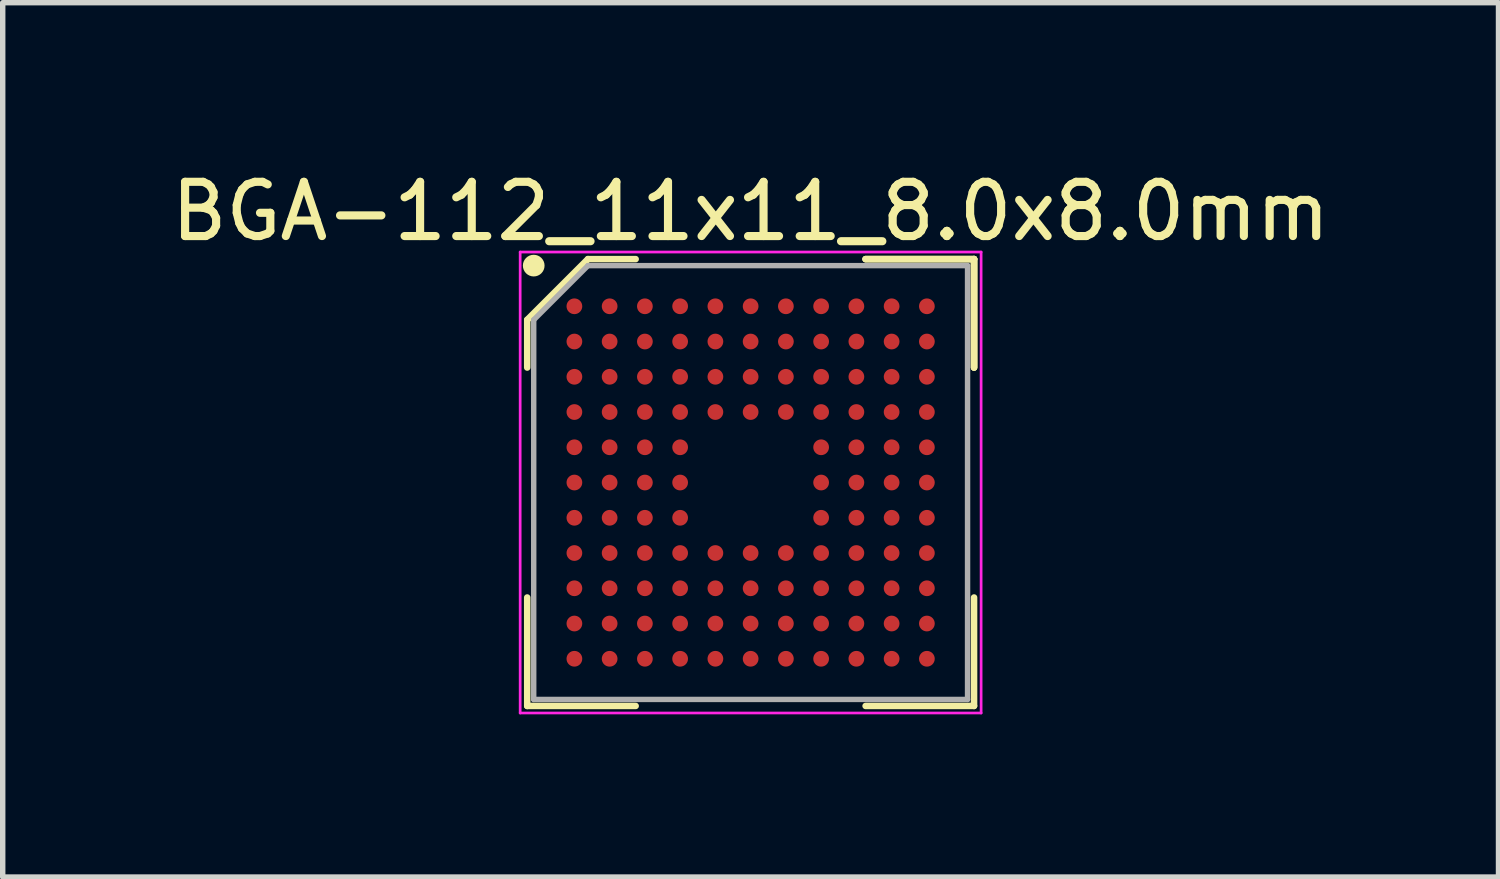
<source format=kicad_pcb>
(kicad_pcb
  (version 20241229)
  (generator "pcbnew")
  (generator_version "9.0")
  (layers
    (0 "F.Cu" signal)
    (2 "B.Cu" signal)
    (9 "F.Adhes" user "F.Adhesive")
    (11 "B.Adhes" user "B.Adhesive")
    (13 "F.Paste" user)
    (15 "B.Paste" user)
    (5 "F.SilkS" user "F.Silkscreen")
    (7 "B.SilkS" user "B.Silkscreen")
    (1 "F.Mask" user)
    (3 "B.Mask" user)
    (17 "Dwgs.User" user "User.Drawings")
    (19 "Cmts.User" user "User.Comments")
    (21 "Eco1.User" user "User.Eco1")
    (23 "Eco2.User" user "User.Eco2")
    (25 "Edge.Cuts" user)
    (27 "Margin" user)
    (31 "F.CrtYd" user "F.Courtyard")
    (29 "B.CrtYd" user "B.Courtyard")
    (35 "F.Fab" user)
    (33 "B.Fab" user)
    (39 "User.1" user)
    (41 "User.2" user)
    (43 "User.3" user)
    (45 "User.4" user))
  (footprint "BGA-112_11x11_8.0x8.0mm"
    (layer "F.Cu")
    (at 10.792 5.848)
    (property "Reference" "BGA-112_11x11_8.0x8.0mm" (at 0 -5 0) (layer "F.SilkS") (effects (font (size 1 1) (thickness 0.15))))
    (attr smd)
    (fp_line (start -4.12 -3) (end -4.12 -2.12) (stroke (width 0.12) (type solid)) (layer "F.SilkS"))
    (fp_line (start -4.12 4.12) (end -4.12 2.12) (stroke (width 0.12) (type solid)) (layer "F.SilkS"))
    (fp_line (start -3 -4.12) (end -4.12 -3) (stroke (width 0.12) (type solid)) (layer "F.SilkS"))
    (fp_line (start -2.12 -4.12) (end -3 -4.12) (stroke (width 0.12) (type solid)) (layer "F.SilkS"))
    (fp_line (start -2.12 4.12) (end -4.12 4.12) (stroke (width 0.12) (type solid)) (layer "F.SilkS"))
    (fp_line (start 2.12 -4.12) (end 4.12 -4.12) (stroke (width 0.12) (type solid)) (layer "F.SilkS"))
    (fp_line (start 2.12 -4.12) (end 4.12 -4.12) (stroke (width 0.12) (type solid)) (layer "F.SilkS"))
    (fp_line (start 2.12 -4.12) (end 4.12 -4.12) (stroke (width 0.12) (type solid)) (layer "F.SilkS"))
    (fp_line (start 2.12 4.12) (end 4.12 4.12) (stroke (width 0.12) (type solid)) (layer "F.SilkS"))
    (fp_line (start 4.12 -4.12) (end 4.12 -2.12) (stroke (width 0.12) (type solid)) (layer "F.SilkS"))
    (fp_line (start 4.12 -4.12) (end 4.12 -2.12) (stroke (width 0.12) (type solid)) (layer "F.SilkS"))
    (fp_line (start 4.12 -4.12) (end 4.12 -2.12) (stroke (width 0.12) (type solid)) (layer "F.SilkS"))
    (fp_line (start 4.12 4.12) (end 4.12 2.12) (stroke (width 0.12) (type solid)) (layer "F.SilkS"))
    (fp_circle (center -4 -4) (end -4 -3.9) (stroke (width 0.2) (type solid)) (fill no) (layer "F.SilkS"))
    (fp_line (start -4.25 -4.25) (end 4.25 -4.25) (stroke (width 0.05) (type solid)) (layer "F.CrtYd"))
    (fp_line (start -4.25 4.25) (end -4.25 -4.25) (stroke (width 0.05) (type solid)) (layer "F.CrtYd"))
    (fp_line (start 4.25 -4.25) (end 4.25 4.25) (stroke (width 0.05) (type solid)) (layer "F.CrtYd"))
    (fp_line (start 4.25 4.25) (end -4.25 4.25) (stroke (width 0.05) (type solid)) (layer "F.CrtYd"))
    (fp_line (start -4 -3) (end -4 4) (stroke (width 0.1) (type solid)) (layer "F.Fab"))
    (fp_line (start -4 4) (end 4 4) (stroke (width 0.1) (type solid)) (layer "F.Fab"))
    (fp_line (start -3 -4) (end -4 -3) (stroke (width 0.1) (type solid)) (layer "F.Fab"))
    (fp_line (start 4 -4) (end -3 -4) (stroke (width 0.1) (type solid)) (layer "F.Fab"))
    (fp_line (start 4 4) (end 4 -4) (stroke (width 0.1) (type solid)) (layer "F.Fab"))
    (pad "A1" smd circle (at -3.25 -3.25) (size 0.29 0.29) (layers "F.Cu" "F.Mask" "F.Paste"))
    (pad "A2" smd circle (at -2.6 -3.25) (size 0.29 0.29) (layers "F.Cu" "F.Mask" "F.Paste"))
    (pad "A3" smd circle (at -1.95 -3.25) (size 0.29 0.29) (layers "F.Cu" "F.Mask" "F.Paste"))
    (pad "A4" smd circle (at -1.3 -3.25) (size 0.29 0.29) (layers "F.Cu" "F.Mask" "F.Paste"))
    (pad "A5" smd circle (at -0.65 -3.25) (size 0.29 0.29) (layers "F.Cu" "F.Mask" "F.Paste"))
    (pad "A6" smd circle (at 0 -3.25) (size 0.29 0.29) (layers "F.Cu" "F.Mask" "F.Paste"))
    (pad "A7" smd circle (at 0.65 -3.25) (size 0.29 0.29) (layers "F.Cu" "F.Mask" "F.Paste"))
    (pad "A8" smd circle (at 1.3 -3.25) (size 0.29 0.29) (layers "F.Cu" "F.Mask" "F.Paste"))
    (pad "A9" smd circle (at 1.95 -3.25) (size 0.29 0.29) (layers "F.Cu" "F.Mask" "F.Paste"))
    (pad "A10" smd circle (at 2.6 -3.25) (size 0.29 0.29) (layers "F.Cu" "F.Mask" "F.Paste"))
    (pad "A11" smd circle (at 3.25 -3.25) (size 0.29 0.29) (layers "F.Cu" "F.Mask" "F.Paste"))
    (pad "B1" smd circle (at -3.25 -2.6) (size 0.29 0.29) (layers "F.Cu" "F.Mask" "F.Paste"))
    (pad "B2" smd circle (at -2.6 -2.6) (size 0.29 0.29) (layers "F.Cu" "F.Mask" "F.Paste"))
    (pad "B3" smd circle (at -1.95 -2.6) (size 0.29 0.29) (layers "F.Cu" "F.Mask" "F.Paste"))
    (pad "B4" smd circle (at -1.3 -2.6) (size 0.29 0.29) (layers "F.Cu" "F.Mask" "F.Paste"))
    (pad "B5" smd circle (at -0.65 -2.6) (size 0.29 0.29) (layers "F.Cu" "F.Mask" "F.Paste"))
    (pad "B6" smd circle (at 0 -2.6) (size 0.29 0.29) (layers "F.Cu" "F.Mask" "F.Paste"))
    (pad "B7" smd circle (at 0.65 -2.6) (size 0.29 0.29) (layers "F.Cu" "F.Mask" "F.Paste"))
    (pad "B8" smd circle (at 1.3 -2.6) (size 0.29 0.29) (layers "F.Cu" "F.Mask" "F.Paste"))
    (pad "B9" smd circle (at 1.95 -2.6) (size 0.29 0.29) (layers "F.Cu" "F.Mask" "F.Paste"))
    (pad "B10" smd circle (at 2.6 -2.6) (size 0.29 0.29) (layers "F.Cu" "F.Mask" "F.Paste"))
    (pad "B11" smd circle (at 3.25 -2.6) (size 0.29 0.29) (layers "F.Cu" "F.Mask" "F.Paste"))
    (pad "C1" smd circle (at -3.25 -1.95) (size 0.29 0.29) (layers "F.Cu" "F.Mask" "F.Paste"))
    (pad "C2" smd circle (at -2.6 -1.95) (size 0.29 0.29) (layers "F.Cu" "F.Mask" "F.Paste"))
    (pad "C3" smd circle (at -1.95 -1.95) (size 0.29 0.29) (layers "F.Cu" "F.Mask" "F.Paste"))
    (pad "C4" smd circle (at -1.3 -1.95) (size 0.29 0.29) (layers "F.Cu" "F.Mask" "F.Paste"))
    (pad "C5" smd circle (at -0.65 -1.95) (size 0.29 0.29) (layers "F.Cu" "F.Mask" "F.Paste"))
    (pad "C6" smd circle (at 0 -1.95) (size 0.29 0.29) (layers "F.Cu" "F.Mask" "F.Paste"))
    (pad "C7" smd circle (at 0.65 -1.95) (size 0.29 0.29) (layers "F.Cu" "F.Mask" "F.Paste"))
    (pad "C8" smd circle (at 1.3 -1.95) (size 0.29 0.29) (layers "F.Cu" "F.Mask" "F.Paste"))
    (pad "C9" smd circle (at 1.95 -1.95) (size 0.29 0.29) (layers "F.Cu" "F.Mask" "F.Paste"))
    (pad "C10" smd circle (at 2.6 -1.95) (size 0.29 0.29) (layers "F.Cu" "F.Mask" "F.Paste"))
    (pad "C11" smd circle (at 3.25 -1.95) (size 0.29 0.29) (layers "F.Cu" "F.Mask" "F.Paste"))
    (pad "D1" smd circle (at -3.25 -1.3) (size 0.29 0.29) (layers "F.Cu" "F.Mask" "F.Paste"))
    (pad "D2" smd circle (at -2.6 -1.3) (size 0.29 0.29) (layers "F.Cu" "F.Mask" "F.Paste"))
    (pad "D3" smd circle (at -1.95 -1.3) (size 0.29 0.29) (layers "F.Cu" "F.Mask" "F.Paste"))
    (pad "D4" smd circle (at -1.3 -1.3) (size 0.29 0.29) (layers "F.Cu" "F.Mask" "F.Paste"))
    (pad "D5" smd circle (at -0.65 -1.3) (size 0.29 0.29) (layers "F.Cu" "F.Mask" "F.Paste"))
    (pad "D6" smd circle (at 0 -1.3) (size 0.29 0.29) (layers "F.Cu" "F.Mask" "F.Paste"))
    (pad "D7" smd circle (at 0.65 -1.3) (size 0.29 0.29) (layers "F.Cu" "F.Mask" "F.Paste"))
    (pad "D8" smd circle (at 1.3 -1.3) (size 0.29 0.29) (layers "F.Cu" "F.Mask" "F.Paste"))
    (pad "D9" smd circle (at 1.95 -1.3) (size 0.29 0.29) (layers "F.Cu" "F.Mask" "F.Paste"))
    (pad "D10" smd circle (at 2.6 -1.3) (size 0.29 0.29) (layers "F.Cu" "F.Mask" "F.Paste"))
    (pad "D11" smd circle (at 3.25 -1.3) (size 0.29 0.29) (layers "F.Cu" "F.Mask" "F.Paste"))
    (pad "E1" smd circle (at -3.25 -0.65) (size 0.29 0.29) (layers "F.Cu" "F.Mask" "F.Paste"))
    (pad "E2" smd circle (at -2.6 -0.65) (size 0.29 0.29) (layers "F.Cu" "F.Mask" "F.Paste"))
    (pad "E3" smd circle (at -1.95 -0.65) (size 0.29 0.29) (layers "F.Cu" "F.Mask" "F.Paste"))
    (pad "E4" smd circle (at -1.3 -0.65) (size 0.29 0.29) (layers "F.Cu" "F.Mask" "F.Paste"))
    (pad "E8" smd circle (at 1.3 -0.65) (size 0.29 0.29) (layers "F.Cu" "F.Mask" "F.Paste"))
    (pad "E9" smd circle (at 1.95 -0.65) (size 0.29 0.29) (layers "F.Cu" "F.Mask" "F.Paste"))
    (pad "E10" smd circle (at 2.6 -0.65) (size 0.29 0.29) (layers "F.Cu" "F.Mask" "F.Paste"))
    (pad "E11" smd circle (at 3.25 -0.65) (size 0.29 0.29) (layers "F.Cu" "F.Mask" "F.Paste"))
    (pad "F1" smd circle (at -3.25 0) (size 0.29 0.29) (layers "F.Cu" "F.Mask" "F.Paste"))
    (pad "F2" smd circle (at -2.6 0) (size 0.29 0.29) (layers "F.Cu" "F.Mask" "F.Paste"))
    (pad "F3" smd circle (at -1.95 0) (size 0.29 0.29) (layers "F.Cu" "F.Mask" "F.Paste"))
    (pad "F4" smd circle (at -1.3 0) (size 0.29 0.29) (layers "F.Cu" "F.Mask" "F.Paste"))
    (pad "F8" smd circle (at 1.3 0) (size 0.29 0.29) (layers "F.Cu" "F.Mask" "F.Paste"))
    (pad "F9" smd circle (at 1.95 0) (size 0.29 0.29) (layers "F.Cu" "F.Mask" "F.Paste"))
    (pad "F10" smd circle (at 2.6 0) (size 0.29 0.29) (layers "F.Cu" "F.Mask" "F.Paste"))
    (pad "F11" smd circle (at 3.25 0) (size 0.29 0.29) (layers "F.Cu" "F.Mask" "F.Paste"))
    (pad "G1" smd circle (at -3.25 0.65) (size 0.29 0.29) (layers "F.Cu" "F.Mask" "F.Paste"))
    (pad "G2" smd circle (at -2.6 0.65) (size 0.29 0.29) (layers "F.Cu" "F.Mask" "F.Paste"))
    (pad "G3" smd circle (at -1.95 0.65) (size 0.29 0.29) (layers "F.Cu" "F.Mask" "F.Paste"))
    (pad "G4" smd circle (at -1.3 0.65) (size 0.29 0.29) (layers "F.Cu" "F.Mask" "F.Paste"))
    (pad "G8" smd circle (at 1.3 0.65) (size 0.29 0.29) (layers "F.Cu" "F.Mask" "F.Paste"))
    (pad "G9" smd circle (at 1.95 0.65) (size 0.29 0.29) (layers "F.Cu" "F.Mask" "F.Paste"))
    (pad "G10" smd circle (at 2.6 0.65) (size 0.29 0.29) (layers "F.Cu" "F.Mask" "F.Paste"))
    (pad "G11" smd circle (at 3.25 0.65) (size 0.29 0.29) (layers "F.Cu" "F.Mask" "F.Paste"))
    (pad "H1" smd circle (at -3.25 1.3) (size 0.29 0.29) (layers "F.Cu" "F.Mask" "F.Paste"))
    (pad "H2" smd circle (at -2.6 1.3) (size 0.29 0.29) (layers "F.Cu" "F.Mask" "F.Paste"))
    (pad "H3" smd circle (at -1.95 1.3) (size 0.29 0.29) (layers "F.Cu" "F.Mask" "F.Paste"))
    (pad "H4" smd circle (at -1.3 1.3) (size 0.29 0.29) (layers "F.Cu" "F.Mask" "F.Paste"))
    (pad "H5" smd circle (at -0.65 1.3) (size 0.29 0.29) (layers "F.Cu" "F.Mask" "F.Paste"))
    (pad "H6" smd circle (at 0 1.3) (size 0.29 0.29) (layers "F.Cu" "F.Mask" "F.Paste"))
    (pad "H7" smd circle (at 0.65 1.3) (size 0.29 0.29) (layers "F.Cu" "F.Mask" "F.Paste"))
    (pad "H8" smd circle (at 1.3 1.3) (size 0.29 0.29) (layers "F.Cu" "F.Mask" "F.Paste"))
    (pad "H9" smd circle (at 1.95 1.3) (size 0.29 0.29) (layers "F.Cu" "F.Mask" "F.Paste"))
    (pad "H10" smd circle (at 2.6 1.3) (size 0.29 0.29) (layers "F.Cu" "F.Mask" "F.Paste"))
    (pad "H11" smd circle (at 3.25 1.3) (size 0.29 0.29) (layers "F.Cu" "F.Mask" "F.Paste"))
    (pad "J1" smd circle (at -3.25 1.95) (size 0.29 0.29) (layers "F.Cu" "F.Mask" "F.Paste"))
    (pad "J2" smd circle (at -2.6 1.95) (size 0.29 0.29) (layers "F.Cu" "F.Mask" "F.Paste"))
    (pad "J3" smd circle (at -1.95 1.95) (size 0.29 0.29) (layers "F.Cu" "F.Mask" "F.Paste"))
    (pad "J4" smd circle (at -1.3 1.95) (size 0.29 0.29) (layers "F.Cu" "F.Mask" "F.Paste"))
    (pad "J5" smd circle (at -0.65 1.95) (size 0.29 0.29) (layers "F.Cu" "F.Mask" "F.Paste"))
    (pad "J6" smd circle (at 0 1.95) (size 0.29 0.29) (layers "F.Cu" "F.Mask" "F.Paste"))
    (pad "J7" smd circle (at 0.65 1.95) (size 0.29 0.29) (layers "F.Cu" "F.Mask" "F.Paste"))
    (pad "J8" smd circle (at 1.3 1.95) (size 0.29 0.29) (layers "F.Cu" "F.Mask" "F.Paste"))
    (pad "J9" smd circle (at 1.95 1.95) (size 0.29 0.29) (layers "F.Cu" "F.Mask" "F.Paste"))
    (pad "J10" smd circle (at 2.6 1.95) (size 0.29 0.29) (layers "F.Cu" "F.Mask" "F.Paste"))
    (pad "J11" smd circle (at 3.25 1.95) (size 0.29 0.29) (layers "F.Cu" "F.Mask" "F.Paste"))
    (pad "K1" smd circle (at -3.25 2.6) (size 0.29 0.29) (layers "F.Cu" "F.Mask" "F.Paste"))
    (pad "K2" smd circle (at -2.6 2.6) (size 0.29 0.29) (layers "F.Cu" "F.Mask" "F.Paste"))
    (pad "K3" smd circle (at -1.95 2.6) (size 0.29 0.29) (layers "F.Cu" "F.Mask" "F.Paste"))
    (pad "K4" smd circle (at -1.3 2.6) (size 0.29 0.29) (layers "F.Cu" "F.Mask" "F.Paste"))
    (pad "K5" smd circle (at -0.65 2.6) (size 0.29 0.29) (layers "F.Cu" "F.Mask" "F.Paste"))
    (pad "K6" smd circle (at 0 2.6) (size 0.29 0.29) (layers "F.Cu" "F.Mask" "F.Paste"))
    (pad "K7" smd circle (at 0.65 2.6) (size 0.29 0.29) (layers "F.Cu" "F.Mask" "F.Paste"))
    (pad "K8" smd circle (at 1.3 2.6) (size 0.29 0.29) (layers "F.Cu" "F.Mask" "F.Paste"))
    (pad "K9" smd circle (at 1.95 2.6) (size 0.29 0.29) (layers "F.Cu" "F.Mask" "F.Paste"))
    (pad "K10" smd circle (at 2.6 2.6) (size 0.29 0.29) (layers "F.Cu" "F.Mask" "F.Paste"))
    (pad "K11" smd circle (at 3.25 2.6) (size 0.29 0.29) (layers "F.Cu" "F.Mask" "F.Paste"))
    (pad "L1" smd circle (at -3.25 3.25) (size 0.29 0.29) (layers "F.Cu" "F.Mask" "F.Paste"))
    (pad "L2" smd circle (at -2.6 3.25) (size 0.29 0.29) (layers "F.Cu" "F.Mask" "F.Paste"))
    (pad "L3" smd circle (at -1.95 3.25) (size 0.29 0.29) (layers "F.Cu" "F.Mask" "F.Paste"))
    (pad "L4" smd circle (at -1.3 3.25) (size 0.29 0.29) (layers "F.Cu" "F.Mask" "F.Paste"))
    (pad "L5" smd circle (at -0.65 3.25) (size 0.29 0.29) (layers "F.Cu" "F.Mask" "F.Paste"))
    (pad "L6" smd circle (at 0 3.25) (size 0.29 0.29) (layers "F.Cu" "F.Mask" "F.Paste"))
    (pad "L7" smd circle (at 0.65 3.25) (size 0.29 0.29) (layers "F.Cu" "F.Mask" "F.Paste"))
    (pad "L8" smd circle (at 1.3 3.25) (size 0.29 0.29) (layers "F.Cu" "F.Mask" "F.Paste"))
    (pad "L9" smd circle (at 1.95 3.25) (size 0.29 0.29) (layers "F.Cu" "F.Mask" "F.Paste"))
    (pad "L10" smd circle (at 2.6 3.25) (size 0.29 0.29) (layers "F.Cu" "F.Mask" "F.Paste"))
    (pad "L11" smd circle (at 3.25 3.25) (size 0.29 0.29) (layers "F.Cu" "F.Mask" "F.Paste")))
  (gr_rect
    (start -3 -3)
    (end 24.583 13.123)
    (stroke (width 0.1) (type default))
    (fill no)
    (layer "Edge.Cuts")))
</source>
